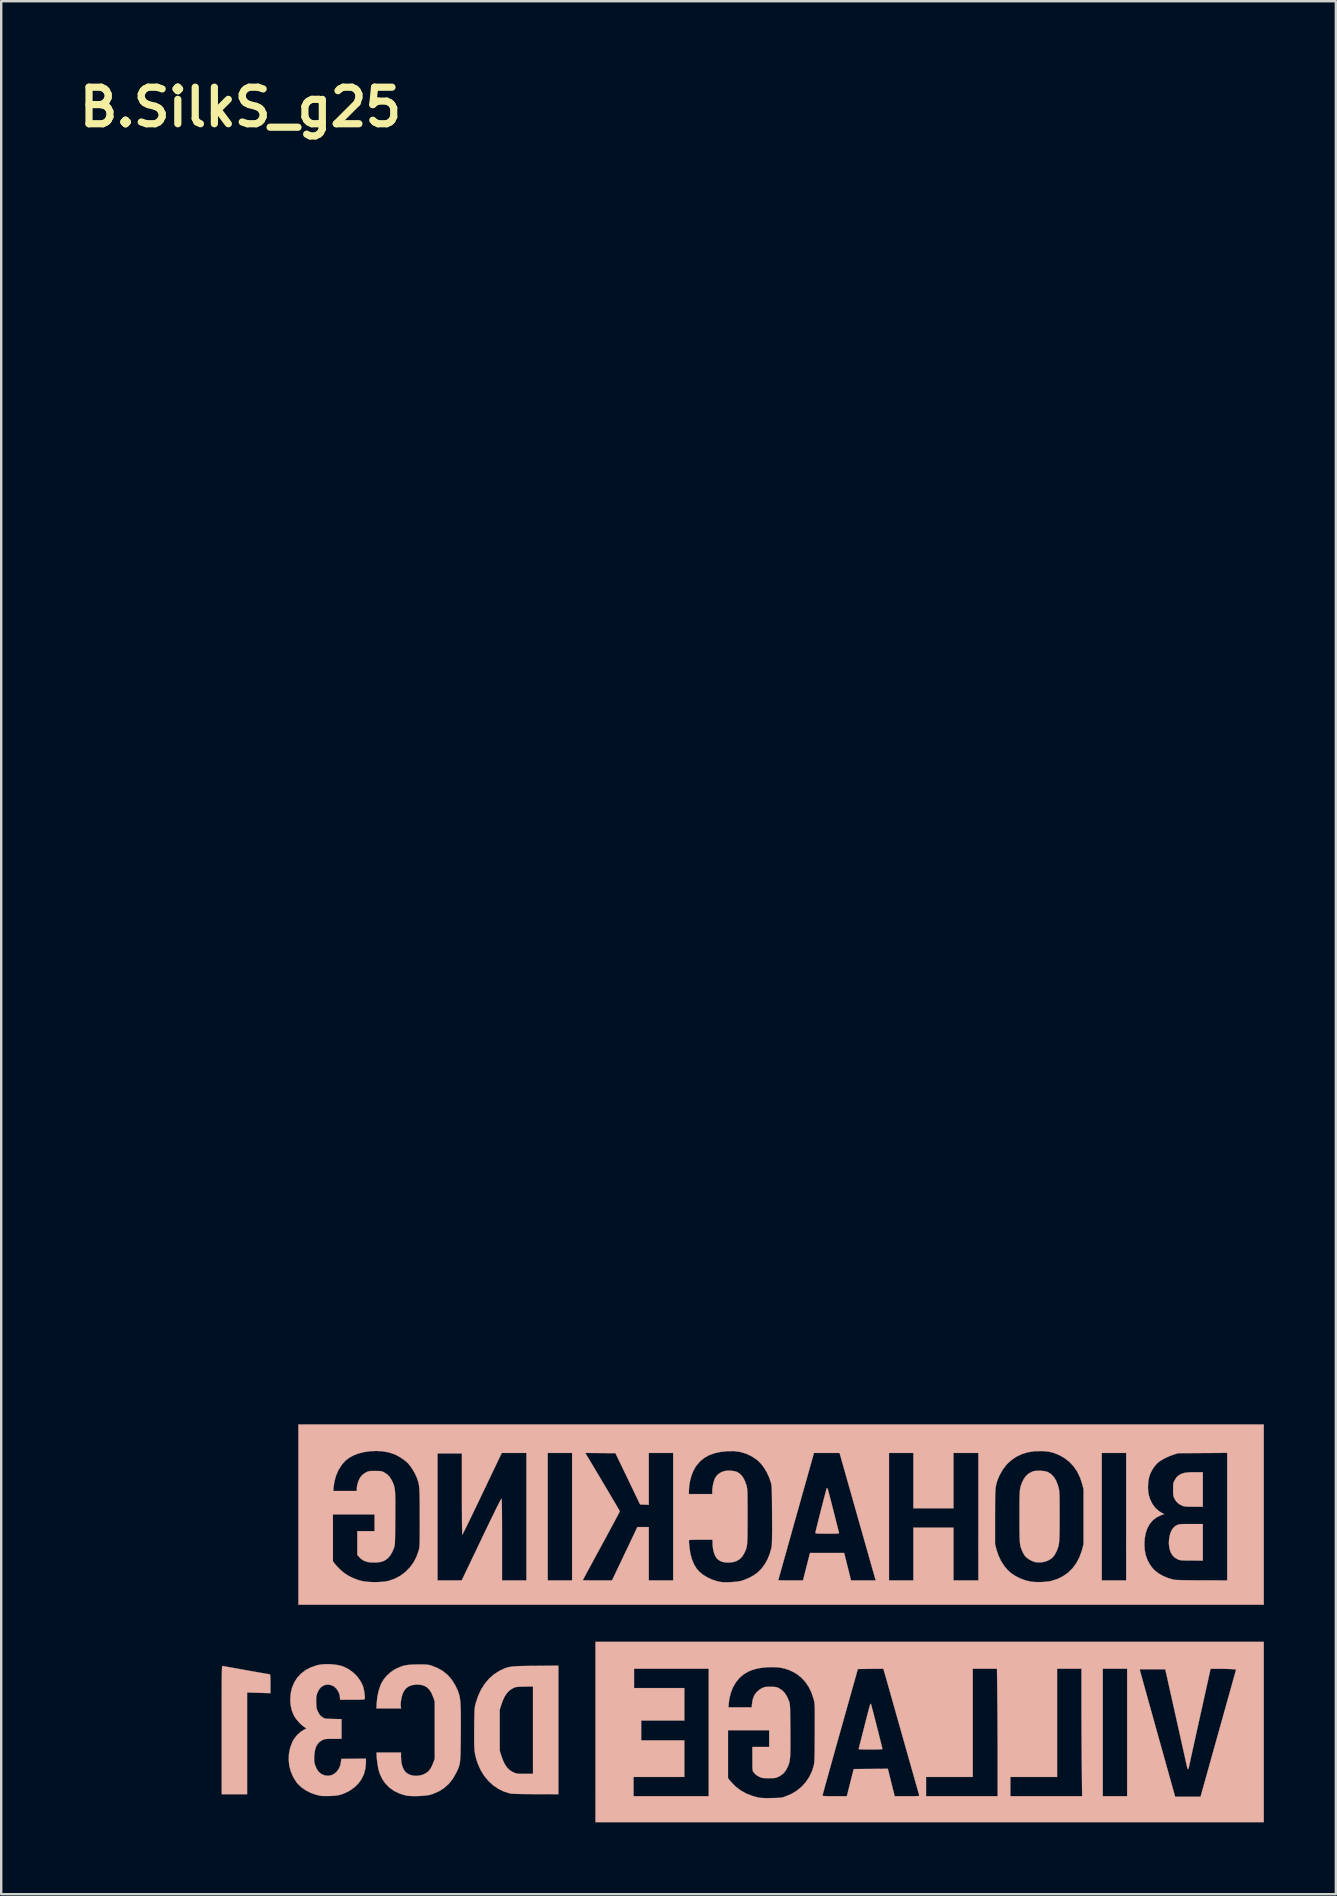
<source format=kicad_pcb>
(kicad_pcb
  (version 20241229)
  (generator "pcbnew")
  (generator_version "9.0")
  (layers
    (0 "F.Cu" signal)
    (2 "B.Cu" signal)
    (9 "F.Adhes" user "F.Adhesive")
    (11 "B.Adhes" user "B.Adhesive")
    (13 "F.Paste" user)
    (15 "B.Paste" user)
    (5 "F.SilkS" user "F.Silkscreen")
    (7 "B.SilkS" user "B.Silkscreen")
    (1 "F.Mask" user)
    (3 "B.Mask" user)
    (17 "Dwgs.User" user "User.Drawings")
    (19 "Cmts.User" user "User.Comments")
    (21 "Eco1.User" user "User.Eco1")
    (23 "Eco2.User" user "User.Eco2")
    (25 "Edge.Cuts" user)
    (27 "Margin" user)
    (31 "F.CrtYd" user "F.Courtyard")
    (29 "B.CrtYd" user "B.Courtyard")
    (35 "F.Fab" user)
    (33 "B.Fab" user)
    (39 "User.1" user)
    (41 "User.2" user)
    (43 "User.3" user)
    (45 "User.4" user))
  (footprint "B.SilkS_g25"
    (layer "F.Cu")
    (at 6.974 1.418)
    (property "Reference" "B.SilkS_g25" (at 0 0 0) (layer "F.SilkS") (effects (font (size 1.524 1.524) (thickness 0.3))))
    (attr through_hole)
    (fp_poly (pts (xy 40.111 60.579) (xy 39.65 60.578) (xy 39.495 60.577) (xy 39.376 60.575) (xy 39.285 60.572) (xy 39.217 60.567) (xy 39.164 60.559) (xy 39.121 60.549) (xy 39.079 60.534) (xy 39.078 60.534) (xy 38.948 60.462) (xy 38.844 60.358) (xy 38.766 60.225) (xy 38.717 60.064) (xy 38.696 59.879) (xy 38.699 59.753) (xy 38.725 59.555) (xy 38.775 59.388) (xy 38.847 59.254) (xy 38.943 59.155) (xy 39.013 59.111) (xy 39.049 59.093) (xy 39.083 59.079) (xy 39.119 59.07) (xy 39.165 59.063) (xy 39.227 59.059) (xy 39.31 59.056) (xy 39.421 59.055) (xy 39.567 59.055) (xy 39.618 59.055) (xy 40.111 59.055) (xy 40.111 60.579)) (stroke (width 0.01) (type solid)) (fill yes) (layer "B.SilkS"))
    (fp_poly (pts (xy 40.111 58.335) (xy 39.735 58.334) (xy 39.593 58.333) (xy 39.485 58.331) (xy 39.405 58.326) (xy 39.344 58.318) (xy 39.294 58.306) (xy 39.254 58.292) (xy 39.114 58.219) (xy 39.006 58.118) (xy 38.932 58.002) (xy 38.907 57.948) (xy 38.89 57.9) (xy 38.88 57.848) (xy 38.875 57.781) (xy 38.873 57.689) (xy 38.873 57.616) (xy 38.873 57.505) (xy 38.875 57.427) (xy 38.882 57.37) (xy 38.894 57.323) (xy 38.914 57.277) (xy 38.945 57.22) (xy 38.948 57.214) (xy 39.001 57.127) (xy 39.054 57.067) (xy 39.122 57.017) (xy 39.136 57.008) (xy 39.209 56.969) (xy 39.283 56.939) (xy 39.368 56.919) (xy 39.469 56.906) (xy 39.597 56.898) (xy 39.757 56.896) (xy 39.784 56.896) (xy 40.111 56.896) (xy 40.111 58.335)) (stroke (width 0.01) (type solid)) (fill yes) (layer "B.SilkS"))
    (fp_poly (pts (xy -0.746 64.969) (xy -0.718 64.975) (xy -0.654 64.987) (xy -0.558 65.005) (xy -0.436 65.027) (xy -0.294 65.053) (xy -0.135 65.081) (xy 0.035 65.112) (xy 0.211 65.143) (xy 0.387 65.175) (xy 0.56 65.205) (xy 0.723 65.234) (xy 0.871 65.26) (xy 1.001 65.283) (xy 1.106 65.301) (xy 1.181 65.313) (xy 1.222 65.32) (xy 1.227 65.32) (xy 1.236 65.341) (xy 1.242 65.402) (xy 1.246 65.502) (xy 1.249 65.639) (xy 1.249 65.713) (xy 1.249 66.105) (xy 0.762 66.09) (xy 0.275 66.076) (xy 0.275 70.316) (xy -0.783 70.316) (xy -0.783 67.637) (xy -0.783 67.244) (xy -0.783 66.892) (xy -0.783 66.578) (xy -0.783 66.3) (xy -0.782 66.056) (xy -0.781 65.843) (xy -0.781 65.66) (xy -0.78 65.504) (xy -0.778 65.373) (xy -0.777 65.264) (xy -0.775 65.177) (xy -0.772 65.109) (xy -0.769 65.056) (xy -0.766 65.019) (xy -0.763 64.993) (xy -0.758 64.978) (xy -0.754 64.97) (xy -0.749 64.968) (xy -0.746 64.969)) (stroke (width 0.01) (type solid)) (fill yes) (layer "B.SilkS"))
    (fp_poly (pts (xy 26.276 66.549) (xy 26.283 66.571) (xy 26.299 66.629) (xy 26.323 66.718) (xy 26.353 66.833) (xy 26.389 66.969) (xy 26.428 67.121) (xy 26.47 67.285) (xy 26.513 67.454) (xy 26.557 67.624) (xy 26.599 67.791) (xy 26.638 67.948) (xy 26.674 68.091) (xy 26.705 68.215) (xy 26.729 68.316) (xy 26.746 68.387) (xy 26.754 68.424) (xy 26.755 68.428) (xy 26.743 68.437) (xy 26.704 68.443) (xy 26.636 68.448) (xy 26.534 68.451) (xy 26.397 68.453) (xy 26.255 68.453) (xy 26.091 68.453) (xy 25.965 68.451) (xy 25.873 68.448) (xy 25.812 68.444) (xy 25.777 68.438) (xy 25.765 68.43) (xy 25.765 68.427) (xy 25.772 68.401) (xy 25.788 68.339) (xy 25.813 68.244) (xy 25.844 68.121) (xy 25.882 67.975) (xy 25.924 67.809) (xy 25.97 67.627) (xy 26.003 67.497) (xy 26.06 67.27) (xy 26.109 67.081) (xy 26.149 66.927) (xy 26.181 66.805) (xy 26.207 66.71) (xy 26.227 66.64) (xy 26.243 66.593) (xy 26.255 66.563) (xy 26.265 66.549) (xy 26.272 66.547) (xy 26.276 66.549)) (stroke (width 0.01) (type solid)) (fill yes) (layer "B.SilkS"))
    (fp_poly (pts (xy 24.459 57.558) (xy 24.466 57.564) (xy 24.474 57.588) (xy 24.492 57.649) (xy 24.518 57.743) (xy 24.55 57.864) (xy 24.588 58.01) (xy 24.631 58.175) (xy 24.677 58.356) (xy 24.71 58.483) (xy 24.758 58.673) (xy 24.802 58.85) (xy 24.843 59.012) (xy 24.879 59.152) (xy 24.908 59.268) (xy 24.93 59.354) (xy 24.944 59.406) (xy 24.947 59.42) (xy 24.948 59.432) (xy 24.94 59.441) (xy 24.918 59.447) (xy 24.877 59.452) (xy 24.813 59.455) (xy 24.719 59.456) (xy 24.593 59.457) (xy 24.46 59.457) (xy 24.301 59.457) (xy 24.179 59.456) (xy 24.09 59.454) (xy 24.029 59.45) (xy 23.99 59.445) (xy 23.969 59.438) (xy 23.961 59.428) (xy 23.961 59.423) (xy 23.966 59.396) (xy 23.98 59.333) (xy 24.002 59.241) (xy 24.032 59.122) (xy 24.066 58.984) (xy 24.105 58.83) (xy 24.146 58.666) (xy 24.189 58.496) (xy 24.233 58.327) (xy 24.275 58.162) (xy 24.315 58.007) (xy 24.352 57.867) (xy 24.384 57.747) (xy 24.409 57.652) (xy 24.428 57.586) (xy 24.437 57.556) (xy 24.438 57.555) (xy 24.459 57.558)) (stroke (width 0.01) (type solid)) (fill yes) (layer "B.SilkS"))
    (fp_poly (pts (xy 33.372 56.835) (xy 33.497 56.848) (xy 33.604 56.871) (xy 33.659 56.892) (xy 33.79 56.976) (xy 33.899 57.089) (xy 33.99 57.235) (xy 34.063 57.416) (xy 34.099 57.54) (xy 34.109 57.58) (xy 34.117 57.622) (xy 34.124 57.667) (xy 34.129 57.721) (xy 34.133 57.788) (xy 34.137 57.871) (xy 34.139 57.975) (xy 34.14 58.105) (xy 34.141 58.263) (xy 34.142 58.455) (xy 34.142 58.684) (xy 34.142 58.731) (xy 34.142 58.986) (xy 34.141 59.203) (xy 34.139 59.386) (xy 34.136 59.539) (xy 34.131 59.666) (xy 34.124 59.772) (xy 34.114 59.861) (xy 34.101 59.937) (xy 34.085 60.004) (xy 34.065 60.066) (xy 34.041 60.128) (xy 34.012 60.194) (xy 33.995 60.23) (xy 33.93 60.351) (xy 33.856 60.443) (xy 33.764 60.518) (xy 33.641 60.584) (xy 33.625 60.592) (xy 33.487 60.636) (xy 33.331 60.656) (xy 33.177 60.65) (xy 33.088 60.632) (xy 32.977 60.59) (xy 32.865 60.528) (xy 32.766 60.456) (xy 32.695 60.384) (xy 32.656 60.324) (xy 32.613 60.245) (xy 32.586 60.189) (xy 32.561 60.131) (xy 32.539 60.076) (xy 32.522 60.021) (xy 32.507 59.962) (xy 32.495 59.895) (xy 32.486 59.815) (xy 32.48 59.719) (xy 32.475 59.602) (xy 32.472 59.461) (xy 32.47 59.292) (xy 32.469 59.089) (xy 32.468 58.851) (xy 32.468 58.741) (xy 32.468 58.491) (xy 32.469 58.279) (xy 32.47 58.101) (xy 32.472 57.954) (xy 32.476 57.832) (xy 32.481 57.732) (xy 32.488 57.649) (xy 32.497 57.581) (xy 32.509 57.522) (xy 32.523 57.468) (xy 32.541 57.415) (xy 32.562 57.36) (xy 32.569 57.341) (xy 32.651 57.172) (xy 32.75 57.039) (xy 32.868 56.939) (xy 33.01 56.868) (xy 33.031 56.861) (xy 33.125 56.841) (xy 33.244 56.832) (xy 33.372 56.835)) (stroke (width 0.01) (type solid)) (fill yes) (layer "B.SilkS"))
    (fp_poly (pts (xy 13.25 70.316) (xy 12.303 70.313) (xy 12.038 70.312) (xy 11.814 70.31) (xy 11.629 70.307) (xy 11.48 70.303) (xy 11.367 70.298) (xy 11.286 70.292) (xy 11.239 70.285) (xy 10.984 70.208) (xy 10.746 70.092) (xy 10.526 69.942) (xy 10.329 69.759) (xy 10.155 69.547) (xy 10.008 69.306) (xy 9.89 69.041) (xy 9.835 68.874) (xy 9.81 68.785) (xy 9.789 68.7) (xy 9.773 68.616) (xy 9.76 68.526) (xy 9.751 68.426) (xy 9.744 68.311) (xy 9.741 68.176) (xy 9.739 68.014) (xy 9.739 67.822) (xy 9.741 67.594) (xy 9.742 67.542) (xy 9.744 67.334) (xy 9.746 67.164) (xy 9.749 67.026) (xy 9.751 66.916) (xy 9.755 66.827) (xy 9.758 66.791) (xy 10.806 66.791) (xy 10.806 68.506) (xy 10.864 68.692) (xy 10.937 68.897) (xy 11.016 69.064) (xy 11.105 69.197) (xy 11.207 69.302) (xy 11.326 69.381) (xy 11.405 69.418) (xy 11.455 69.438) (xy 11.503 69.451) (xy 11.559 69.46) (xy 11.63 69.465) (xy 11.726 69.468) (xy 11.855 69.468) (xy 11.859 69.468) (xy 12.192 69.469) (xy 12.192 65.826) (xy 11.837 65.832) (xy 11.705 65.835) (xy 11.606 65.839) (xy 11.534 65.844) (xy 11.479 65.853) (xy 11.434 65.865) (xy 11.39 65.883) (xy 11.367 65.894) (xy 11.237 65.973) (xy 11.123 66.082) (xy 11.024 66.224) (xy 10.937 66.402) (xy 10.864 66.605) (xy 10.806 66.791) (xy 9.758 66.791) (xy 9.76 66.757) (xy 9.767 66.699) (xy 9.775 66.648) (xy 9.785 66.6) (xy 9.798 66.55) (xy 9.805 66.523) (xy 9.904 66.223) (xy 10.03 65.952) (xy 10.183 65.71) (xy 10.361 65.499) (xy 10.563 65.321) (xy 10.788 65.178) (xy 10.848 65.148) (xy 10.929 65.11) (xy 11.002 65.077) (xy 11.071 65.051) (xy 11.142 65.029) (xy 11.217 65.012) (xy 11.303 64.998) (xy 11.404 64.988) (xy 11.524 64.98) (xy 11.668 64.975) (xy 11.84 64.971) (xy 12.045 64.968) (xy 12.287 64.966) (xy 12.303 64.966) (xy 13.25 64.957) (xy 13.25 70.316)) (stroke (width 0.01) (type solid)) (fill yes) (layer "B.SilkS"))
    (fp_poly (pts (xy 7.653 64.91) (xy 7.737 64.914) (xy 7.804 64.92) (xy 7.861 64.93) (xy 7.918 64.945) (xy 7.959 64.957) (xy 8.212 65.056) (xy 8.436 65.184) (xy 8.631 65.342) (xy 8.798 65.532) (xy 8.94 65.755) (xy 8.971 65.817) (xy 9.014 65.905) (xy 9.051 65.988) (xy 9.082 66.067) (xy 9.108 66.148) (xy 9.13 66.234) (xy 9.147 66.33) (xy 9.16 66.438) (xy 9.17 66.562) (xy 9.177 66.708) (xy 9.181 66.878) (xy 9.183 67.076) (xy 9.184 67.307) (xy 9.183 67.573) (xy 9.182 67.754) (xy 9.18 68.021) (xy 9.178 68.249) (xy 9.175 68.442) (xy 9.172 68.606) (xy 9.166 68.743) (xy 9.159 68.858) (xy 9.15 68.955) (xy 9.137 69.037) (xy 9.121 69.11) (xy 9.101 69.177) (xy 9.077 69.241) (xy 9.048 69.307) (xy 9.013 69.38) (xy 8.985 69.437) (xy 8.848 69.675) (xy 8.685 69.88) (xy 8.496 70.051) (xy 8.279 70.191) (xy 8.033 70.3) (xy 7.914 70.338) (xy 7.817 70.359) (xy 7.688 70.375) (xy 7.538 70.387) (xy 7.38 70.394) (xy 7.223 70.395) (xy 7.078 70.391) (xy 6.956 70.381) (xy 6.889 70.369) (xy 6.635 70.292) (xy 6.409 70.184) (xy 6.212 70.046) (xy 6.046 69.88) (xy 5.91 69.685) (xy 5.807 69.464) (xy 5.758 69.308) (xy 5.733 69.191) (xy 5.71 69.05) (xy 5.69 68.902) (xy 5.677 68.763) (xy 5.673 68.659) (xy 5.673 68.58) (xy 6.689 68.58) (xy 6.689 68.762) (xy 6.701 68.961) (xy 6.739 69.135) (xy 6.799 69.28) (xy 6.881 69.394) (xy 6.916 69.425) (xy 7.032 69.496) (xy 7.17 69.538) (xy 7.321 69.552) (xy 7.474 69.537) (xy 7.621 69.495) (xy 7.753 69.425) (xy 7.796 69.392) (xy 7.867 69.322) (xy 7.929 69.235) (xy 7.987 69.121) (xy 8.03 69.017) (xy 8.096 68.845) (xy 8.096 66.453) (xy 8.037 66.28) (xy 7.962 66.101) (xy 7.873 65.961) (xy 7.767 65.857) (xy 7.641 65.789) (xy 7.492 65.753) (xy 7.319 65.748) (xy 7.317 65.748) (xy 7.148 65.772) (xy 7.009 65.824) (xy 6.897 65.908) (xy 6.81 66.023) (xy 6.765 66.115) (xy 6.73 66.22) (xy 6.702 66.343) (xy 6.684 66.467) (xy 6.676 66.579) (xy 6.681 66.655) (xy 6.694 66.739) (xy 5.666 66.739) (xy 5.679 66.5) (xy 5.706 66.25) (xy 5.758 66.007) (xy 5.833 65.782) (xy 5.877 65.683) (xy 5.977 65.519) (xy 6.11 65.363) (xy 6.265 65.225) (xy 6.432 65.114) (xy 6.477 65.091) (xy 6.605 65.031) (xy 6.722 64.986) (xy 6.836 64.953) (xy 6.958 64.931) (xy 7.097 64.918) (xy 7.261 64.911) (xy 7.398 64.909) (xy 7.542 64.909) (xy 7.653 64.91)) (stroke (width 0.01) (type solid)) (fill yes) (layer "B.SilkS"))
    (fp_poly (pts (xy 3.737 64.899) (xy 3.912 64.912) (xy 4.071 64.936) (xy 4.202 64.969) (xy 4.34 65.021) (xy 4.459 65.079) (xy 4.573 65.151) (xy 4.7 65.247) (xy 4.702 65.249) (xy 4.825 65.365) (xy 4.94 65.508) (xy 5.037 65.663) (xy 5.099 65.797) (xy 5.122 65.87) (xy 5.143 65.963) (xy 5.161 66.065) (xy 5.175 66.166) (xy 5.183 66.254) (xy 5.184 66.319) (xy 5.18 66.343) (xy 5.172 66.354) (xy 5.155 66.363) (xy 5.124 66.369) (xy 5.073 66.374) (xy 4.998 66.376) (xy 4.894 66.378) (xy 4.755 66.379) (xy 4.657 66.379) (xy 4.149 66.379) (xy 4.149 66.308) (xy 4.13 66.172) (xy 4.079 66.04) (xy 4.002 65.924) (xy 3.904 65.832) (xy 3.849 65.799) (xy 3.717 65.753) (xy 3.589 65.748) (xy 3.469 65.782) (xy 3.362 65.851) (xy 3.273 65.954) (xy 3.205 66.088) (xy 3.197 66.112) (xy 3.176 66.183) (xy 3.162 66.248) (xy 3.156 66.32) (xy 3.155 66.412) (xy 3.157 66.502) (xy 3.161 66.611) (xy 3.168 66.69) (xy 3.178 66.75) (xy 3.196 66.804) (xy 3.223 66.865) (xy 3.239 66.897) (xy 3.286 66.982) (xy 3.33 67.041) (xy 3.384 67.087) (xy 3.417 67.108) (xy 3.456 67.132) (xy 3.492 67.149) (xy 3.531 67.161) (xy 3.581 67.169) (xy 3.65 67.174) (xy 3.746 67.177) (xy 3.866 67.18) (xy 4.212 67.187) (xy 4.212 68.008) (xy 3.868 68.009) (xy 3.737 68.009) (xy 3.641 68.011) (xy 3.57 68.016) (xy 3.517 68.023) (xy 3.473 68.035) (xy 3.431 68.052) (xy 3.418 68.058) (xy 3.3 68.131) (xy 3.208 68.23) (xy 3.141 68.356) (xy 3.098 68.514) (xy 3.076 68.706) (xy 3.074 68.739) (xy 3.071 68.852) (xy 3.073 68.936) (xy 3.082 69.004) (xy 3.099 69.07) (xy 3.11 69.105) (xy 3.177 69.263) (xy 3.26 69.383) (xy 3.363 69.47) (xy 3.489 69.526) (xy 3.513 69.533) (xy 3.65 69.549) (xy 3.781 69.526) (xy 3.902 69.469) (xy 4.007 69.38) (xy 4.093 69.265) (xy 4.155 69.126) (xy 4.187 68.975) (xy 4.202 68.845) (xy 4.715 68.839) (xy 5.228 68.833) (xy 5.228 69.008) (xy 5.207 69.246) (xy 5.148 69.469) (xy 5.051 69.676) (xy 4.919 69.862) (xy 4.752 70.027) (xy 4.553 70.167) (xy 4.434 70.231) (xy 4.306 70.289) (xy 4.19 70.331) (xy 4.075 70.36) (xy 3.948 70.378) (xy 3.797 70.387) (xy 3.715 70.39) (xy 3.601 70.391) (xy 3.498 70.392) (xy 3.415 70.39) (xy 3.362 70.387) (xy 3.355 70.386) (xy 3.133 70.335) (xy 2.917 70.256) (xy 2.716 70.152) (xy 2.538 70.028) (xy 2.39 69.888) (xy 2.34 69.827) (xy 2.201 69.61) (xy 2.1 69.376) (xy 2.035 69.132) (xy 2.009 68.881) (xy 2.02 68.629) (xy 2.071 68.38) (xy 2.161 68.141) (xy 2.172 68.116) (xy 2.26 67.973) (xy 2.374 67.837) (xy 2.504 67.72) (xy 2.631 67.637) (xy 2.748 67.576) (xy 2.649 67.509) (xy 2.546 67.428) (xy 2.438 67.321) (xy 2.336 67.202) (xy 2.254 67.086) (xy 2.227 67.041) (xy 2.142 66.836) (xy 2.09 66.608) (xy 2.074 66.374) (xy 2.093 66.114) (xy 2.149 65.874) (xy 2.241 65.655) (xy 2.366 65.459) (xy 2.524 65.289) (xy 2.713 65.145) (xy 2.931 65.03) (xy 3.177 64.946) (xy 3.251 64.928) (xy 3.394 64.906) (xy 3.56 64.896) (xy 3.737 64.899)) (stroke (width 0.01) (type solid)) (fill yes) (layer "B.SilkS"))
    (fp_poly (pts (xy 42.651 71.48) (xy 14.796 71.48) (xy 14.796 69.596) (xy 16.383 69.596) (xy 16.383 70.4) (xy 19.516 70.4) (xy 19.516 67.649) (xy 20.32 67.649) (xy 20.32 69.65) (xy 20.434 69.787) (xy 20.63 69.991) (xy 20.851 70.16) (xy 21.099 70.297) (xy 21.372 70.399) (xy 21.548 70.445) (xy 21.623 70.46) (xy 21.698 70.47) (xy 21.783 70.476) (xy 21.886 70.479) (xy 22.016 70.479) (xy 22.13 70.477) (xy 22.277 70.474) (xy 22.391 70.47) (xy 22.478 70.464) (xy 22.547 70.456) (xy 22.607 70.444) (xy 22.665 70.427) (xy 22.68 70.422) (xy 22.8 70.374) (xy 24.257 70.374) (xy 24.267 70.383) (xy 24.298 70.389) (xy 24.354 70.394) (xy 24.44 70.398) (xy 24.56 70.4) (xy 24.717 70.4) (xy 24.765 70.4) (xy 25.272 70.4) (xy 25.284 70.353) (xy 25.293 70.32) (xy 25.31 70.252) (xy 25.334 70.155) (xy 25.364 70.036) (xy 25.399 69.9) (xy 25.427 69.787) (xy 25.559 69.268) (xy 26.27 69.262) (xy 26.982 69.257) (xy 27.125 69.829) (xy 27.268 70.4) (xy 27.786 70.4) (xy 27.952 70.4) (xy 28.08 70.399) (xy 28.174 70.396) (xy 28.238 70.392) (xy 28.276 70.387) (xy 28.293 70.379) (xy 28.294 70.373) (xy 28.287 70.349) (xy 28.269 70.288) (xy 28.241 70.19) (xy 28.204 70.06) (xy 28.158 69.898) (xy 28.104 69.709) (xy 28.072 69.596) (xy 28.575 69.596) (xy 28.575 70.4) (xy 31.559 70.4) (xy 31.559 69.596) (xy 32.089 69.596) (xy 32.089 70.4) (xy 35.08 70.4) (xy 35.066 69.083) (xy 35.063 68.797) (xy 35.061 68.479) (xy 35.058 68.14) (xy 35.056 67.789) (xy 35.055 67.436) (xy 35.053 67.092) (xy 35.052 66.768) (xy 35.052 66.472) (xy 35.052 66.426) (xy 35.052 65.088) (xy 35.941 65.088) (xy 35.941 70.4) (xy 36.957 70.4) (xy 36.957 65.109) (xy 37.481 65.109) (xy 37.49 65.157) (xy 37.497 65.183) (xy 37.515 65.247) (xy 37.542 65.347) (xy 37.579 65.48) (xy 37.624 65.645) (xy 37.678 65.838) (xy 37.739 66.056) (xy 37.806 66.298) (xy 37.879 66.562) (xy 37.958 66.843) (xy 38.041 67.141) (xy 38.128 67.452) (xy 38.218 67.775) (xy 38.228 67.813) (xy 38.957 70.421) (xy 39.487 70.421) (xy 40.016 70.421) (xy 41.498 65.119) (xy 41.371 65.106) (xy 41.308 65.101) (xy 41.213 65.097) (xy 41.094 65.094) (xy 40.962 65.091) (xy 40.839 65.09) (xy 40.435 65.088) (xy 39.998 67.061) (xy 39.934 67.346) (xy 39.874 67.621) (xy 39.816 67.884) (xy 39.761 68.13) (xy 39.711 68.357) (xy 39.666 68.562) (xy 39.626 68.743) (xy 39.593 68.894) (xy 39.567 69.015) (xy 39.548 69.101) (xy 39.538 69.15) (xy 39.536 69.157) (xy 39.517 69.234) (xy 39.498 69.272) (xy 39.48 69.27) (xy 39.465 69.231) (xy 39.459 69.204) (xy 39.445 69.138) (xy 39.422 69.037) (xy 39.392 68.904) (xy 39.356 68.74) (xy 39.313 68.55) (xy 39.266 68.336) (xy 39.213 68.102) (xy 39.157 67.849) (xy 39.097 67.581) (xy 39.034 67.3) (xy 39.011 67.194) (xy 38.947 66.909) (xy 38.886 66.637) (xy 38.829 66.378) (xy 38.775 66.136) (xy 38.725 65.914) (xy 38.68 65.714) (xy 38.642 65.541) (xy 38.609 65.396) (xy 38.584 65.282) (xy 38.566 65.203) (xy 38.557 65.162) (xy 38.555 65.156) (xy 38.544 65.109) (xy 37.481 65.109) (xy 36.957 65.109) (xy 36.957 65.088) (xy 35.941 65.088) (xy 35.052 65.088) (xy 34.036 65.088) (xy 34.036 69.596) (xy 32.089 69.596) (xy 31.559 69.596) (xy 31.559 68.935) (xy 31.559 68.644) (xy 31.559 68.332) (xy 31.557 68.006) (xy 31.556 67.674) (xy 31.554 67.345) (xy 31.552 67.027) (xy 31.55 66.729) (xy 31.547 66.459) (xy 31.545 66.278) (xy 31.531 65.088) (xy 30.522 65.088) (xy 30.522 69.596) (xy 28.575 69.596) (xy 28.072 69.596) (xy 28.043 69.493) (xy 27.976 69.255) (xy 27.902 68.995) (xy 27.824 68.718) (xy 27.741 68.425) (xy 27.654 68.119) (xy 27.581 67.859) (xy 27.491 67.542) (xy 27.404 67.233) (xy 27.32 66.937) (xy 27.241 66.656) (xy 27.166 66.392) (xy 27.097 66.148) (xy 27.035 65.926) (xy 26.979 65.731) (xy 26.932 65.563) (xy 26.893 65.426) (xy 26.863 65.323) (xy 26.844 65.255) (xy 26.837 65.23) (xy 26.795 65.087) (xy 26.264 65.092) (xy 25.732 65.098) (xy 24.995 67.723) (xy 24.904 68.047) (xy 24.816 68.36) (xy 24.732 68.659) (xy 24.653 68.943) (xy 24.579 69.208) (xy 24.511 69.452) (xy 24.45 69.673) (xy 24.395 69.868) (xy 24.349 70.035) (xy 24.312 70.171) (xy 24.283 70.275) (xy 24.265 70.343) (xy 24.258 70.373) (xy 24.257 70.374) (xy 22.8 70.374) (xy 22.939 70.317) (xy 23.174 70.179) (xy 23.383 70.01) (xy 23.562 69.814) (xy 23.71 69.592) (xy 23.825 69.348) (xy 23.89 69.135) (xy 23.899 69.1) (xy 23.906 69.064) (xy 23.912 69.023) (xy 23.917 68.974) (xy 23.921 68.914) (xy 23.924 68.839) (xy 23.927 68.747) (xy 23.93 68.634) (xy 23.932 68.496) (xy 23.933 68.331) (xy 23.935 68.135) (xy 23.936 67.905) (xy 23.937 67.637) (xy 23.937 67.49) (xy 23.938 67.267) (xy 23.939 67.082) (xy 23.938 66.93) (xy 23.938 66.807) (xy 23.936 66.708) (xy 23.933 66.629) (xy 23.928 66.566) (xy 23.923 66.513) (xy 23.915 66.466) (xy 23.906 66.422) (xy 23.894 66.374) (xy 23.889 66.355) (xy 23.803 66.088) (xy 23.685 65.846) (xy 23.539 65.632) (xy 23.366 65.447) (xy 23.168 65.295) (xy 23.053 65.228) (xy 22.863 65.14) (xy 22.673 65.077) (xy 22.474 65.037) (xy 22.256 65.02) (xy 22.011 65.023) (xy 21.947 65.026) (xy 21.715 65.048) (xy 21.513 65.085) (xy 21.329 65.139) (xy 21.156 65.211) (xy 20.963 65.327) (xy 20.792 65.476) (xy 20.646 65.656) (xy 20.527 65.863) (xy 20.436 66.094) (xy 20.375 66.347) (xy 20.353 66.522) (xy 20.338 66.696) (xy 21.309 66.696) (xy 21.32 66.553) (xy 21.352 66.363) (xy 21.415 66.198) (xy 21.51 66.062) (xy 21.635 65.954) (xy 21.705 65.913) (xy 21.771 65.88) (xy 21.824 65.859) (xy 21.876 65.847) (xy 21.94 65.841) (xy 22.028 65.839) (xy 22.085 65.839) (xy 22.198 65.84) (xy 22.279 65.846) (xy 22.34 65.856) (xy 22.394 65.874) (xy 22.419 65.885) (xy 22.563 65.974) (xy 22.686 66.099) (xy 22.789 66.261) (xy 22.871 66.459) (xy 22.873 66.463) (xy 22.881 66.493) (xy 22.889 66.527) (xy 22.895 66.57) (xy 22.9 66.625) (xy 22.904 66.695) (xy 22.908 66.786) (xy 22.911 66.9) (xy 22.913 67.041) (xy 22.915 67.214) (xy 22.917 67.422) (xy 22.919 67.638) (xy 22.921 67.903) (xy 22.921 68.13) (xy 22.921 68.322) (xy 22.919 68.484) (xy 22.916 68.619) (xy 22.91 68.732) (xy 22.902 68.826) (xy 22.892 68.905) (xy 22.878 68.974) (xy 22.862 69.036) (xy 22.842 69.094) (xy 22.819 69.154) (xy 22.814 69.166) (xy 22.732 69.325) (xy 22.63 69.45) (xy 22.501 69.547) (xy 22.441 69.579) (xy 22.382 69.608) (xy 22.332 69.627) (xy 22.283 69.639) (xy 22.224 69.646) (xy 22.143 69.648) (xy 22.031 69.649) (xy 22.024 69.649) (xy 21.905 69.648) (xy 21.819 69.644) (xy 21.755 69.637) (xy 21.705 69.625) (xy 21.657 69.606) (xy 21.647 69.602) (xy 21.529 69.538) (xy 21.44 69.465) (xy 21.386 69.401) (xy 21.37 69.378) (xy 21.358 69.355) (xy 21.349 69.325) (xy 21.343 69.283) (xy 21.339 69.222) (xy 21.337 69.138) (xy 21.336 69.024) (xy 21.336 68.874) (xy 21.336 68.84) (xy 21.336 68.347) (xy 22.035 68.347) (xy 22.035 67.649) (xy 20.32 67.649) (xy 19.516 67.649) (xy 19.516 65.088) (xy 16.404 65.088) (xy 16.404 65.892) (xy 18.5 65.892) (xy 18.5 67.246) (xy 16.701 67.246) (xy 16.701 68.072) (xy 18.5 68.072) (xy 18.5 69.596) (xy 16.383 69.596) (xy 14.796 69.596) (xy 14.796 63.966) (xy 42.651 63.966) (xy 42.651 71.48)) (stroke (width 0.01) (type solid)) (fill yes) (layer "B.SilkS"))
    (fp_poly (pts (xy 42.651 62.42) (xy 2.413 62.42) (xy 2.413 58.653) (xy 3.852 58.653) (xy 3.852 60.605) (xy 3.925 60.703) (xy 3.995 60.788) (xy 4.088 60.886) (xy 4.19 60.984) (xy 4.289 61.07) (xy 4.329 61.101) (xy 4.493 61.207) (xy 4.685 61.303) (xy 4.89 61.381) (xy 5.056 61.429) (xy 5.203 61.454) (xy 5.376 61.47) (xy 5.564 61.477) (xy 5.755 61.474) (xy 5.936 61.462) (xy 6.095 61.44) (xy 6.177 61.423) (xy 6.426 61.336) (xy 6.658 61.214) (xy 6.867 61.058) (xy 7.052 60.873) (xy 7.208 60.661) (xy 7.333 60.426) (xy 7.423 60.171) (xy 7.43 60.145) (xy 7.44 60.107) (xy 7.447 60.069) (xy 7.454 60.028) (xy 7.459 59.98) (xy 7.464 59.92) (xy 7.467 59.846) (xy 7.469 59.753) (xy 7.471 59.638) (xy 7.472 59.497) (xy 7.472 59.326) (xy 7.473 59.121) (xy 7.472 58.88) (xy 7.472 58.781) (xy 7.472 58.509) (xy 7.471 58.274) (xy 7.469 58.075) (xy 7.467 57.906) (xy 7.463 57.764) (xy 7.458 57.645) (xy 7.451 57.545) (xy 7.442 57.46) (xy 7.43 57.387) (xy 7.415 57.321) (xy 7.398 57.259) (xy 7.377 57.197) (xy 7.352 57.131) (xy 7.342 57.103) (xy 7.273 56.953) (xy 7.182 56.794) (xy 7.079 56.643) (xy 6.982 56.524) (xy 6.89 56.44) (xy 6.771 56.349) (xy 6.637 56.262) (xy 6.5 56.186) (xy 6.39 56.136) (xy 6.316 56.113) (xy 8.213 56.113) (xy 8.213 61.404) (xy 9.221 61.404) (xy 10.035 59.701) (xy 10.155 59.449) (xy 10.271 59.209) (xy 10.38 58.982) (xy 10.482 58.772) (xy 10.575 58.582) (xy 10.658 58.413) (xy 10.73 58.269) (xy 10.789 58.153) (xy 10.833 58.067) (xy 10.862 58.014) (xy 10.874 57.997) (xy 10.879 58.005) (xy 10.884 58.03) (xy 10.887 58.075) (xy 10.891 58.142) (xy 10.893 58.233) (xy 10.896 58.351) (xy 10.897 58.498) (xy 10.899 58.676) (xy 10.9 58.887) (xy 10.9 59.134) (xy 10.901 59.42) (xy 10.901 59.701) (xy 10.901 61.404) (xy 11.917 61.404) (xy 11.917 56.092) (xy 12.806 56.092) (xy 12.806 61.404) (xy 13.822 61.404) (xy 13.822 61.397) (xy 14.266 61.397) (xy 14.287 61.399) (xy 14.344 61.401) (xy 14.433 61.402) (xy 14.549 61.403) (xy 14.686 61.404) (xy 14.838 61.404) (xy 14.876 61.404) (xy 15.486 61.404) (xy 16.014 60.293) (xy 16.542 59.182) (xy 17.018 59.182) (xy 17.018 61.404) (xy 18.034 61.404) (xy 18.034 57.661) (xy 18.69 57.661) (xy 18.69 57.806) (xy 19.664 57.806) (xy 19.664 57.678) (xy 19.672 57.556) (xy 19.695 57.417) (xy 19.729 57.279) (xy 19.768 57.164) (xy 19.769 57.161) (xy 19.84 57.048) (xy 19.942 56.953) (xy 20.069 56.881) (xy 20.211 56.839) (xy 20.23 56.836) (xy 20.336 56.829) (xy 20.456 56.834) (xy 20.572 56.85) (xy 20.67 56.874) (xy 20.714 56.892) (xy 20.834 56.976) (xy 20.935 57.094) (xy 21.02 57.249) (xy 21.09 57.441) (xy 21.097 57.468) (xy 21.105 57.501) (xy 21.112 57.538) (xy 21.118 57.583) (xy 21.123 57.639) (xy 21.127 57.71) (xy 21.13 57.799) (xy 21.132 57.911) (xy 21.133 58.049) (xy 21.134 58.217) (xy 21.135 58.418) (xy 21.135 58.658) (xy 21.135 58.737) (xy 21.135 58.997) (xy 21.134 59.219) (xy 21.133 59.406) (xy 21.131 59.562) (xy 21.128 59.692) (xy 21.123 59.798) (xy 21.116 59.886) (xy 21.107 59.959) (xy 21.095 60.021) (xy 21.081 60.076) (xy 21.063 60.128) (xy 21.041 60.18) (xy 21.016 60.237) (xy 21.009 60.251) (xy 20.921 60.401) (xy 20.81 60.517) (xy 20.674 60.599) (xy 20.512 60.648) (xy 20.324 60.663) (xy 20.164 60.652) (xy 20.032 60.614) (xy 19.921 60.549) (xy 19.859 60.493) (xy 19.799 60.408) (xy 19.747 60.29) (xy 19.708 60.151) (xy 19.684 59.999) (xy 19.678 59.896) (xy 19.674 59.711) (xy 19.182 59.711) (xy 19.025 59.711) (xy 18.906 59.712) (xy 18.818 59.714) (xy 18.758 59.717) (xy 18.72 59.723) (xy 18.7 59.73) (xy 18.691 59.74) (xy 18.69 59.748) (xy 18.692 59.784) (xy 18.697 59.851) (xy 18.705 59.939) (xy 18.711 60.009) (xy 18.751 60.283) (xy 18.816 60.526) (xy 18.907 60.741) (xy 19.019 60.923) (xy 19.135 61.051) (xy 19.284 61.172) (xy 19.46 61.279) (xy 19.652 61.368) (xy 19.854 61.436) (xy 20.013 61.47) (xy 20.117 61.48) (xy 20.249 61.483) (xy 20.398 61.479) (xy 20.551 61.47) (xy 20.693 61.456) (xy 20.814 61.437) (xy 20.86 61.427) (xy 20.956 61.396) (xy 22.416 61.396) (xy 22.436 61.398) (xy 22.493 61.4) (xy 22.58 61.402) (xy 22.693 61.404) (xy 22.825 61.404) (xy 22.931 61.404) (xy 23.446 61.404) (xy 23.591 60.833) (xy 23.737 60.261) (xy 25.162 60.261) (xy 25.305 60.833) (xy 25.447 61.404) (xy 26.477 61.404) (xy 26.451 61.315) (xy 26.441 61.283) (xy 26.422 61.214) (xy 26.392 61.108) (xy 26.352 60.97) (xy 26.304 60.801) (xy 26.248 60.604) (xy 26.185 60.382) (xy 26.116 60.137) (xy 26.04 59.871) (xy 25.96 59.588) (xy 25.875 59.289) (xy 25.787 58.977) (xy 25.696 58.658) (xy 24.969 56.092) (xy 27.03 56.092) (xy 27.03 61.404) (xy 28.046 61.404) (xy 28.046 59.203) (xy 29.718 59.203) (xy 29.718 61.404) (xy 30.755 61.404) (xy 30.755 58.769) (xy 31.451 58.769) (xy 31.451 59.891) (xy 31.503 60.095) (xy 31.587 60.354) (xy 31.699 60.593) (xy 31.835 60.807) (xy 31.993 60.99) (xy 32.11 61.093) (xy 32.297 61.219) (xy 32.508 61.325) (xy 32.728 61.406) (xy 32.945 61.456) (xy 33.016 61.465) (xy 33.185 61.475) (xy 33.368 61.474) (xy 33.55 61.463) (xy 33.714 61.442) (xy 33.797 61.425) (xy 34.054 61.344) (xy 34.288 61.228) (xy 34.498 61.079) (xy 34.682 60.897) (xy 34.839 60.684) (xy 34.967 60.443) (xy 35.065 60.173) (xy 35.087 60.095) (xy 35.139 59.891) (xy 35.139 57.605) (xy 35.085 57.395) (xy 34.995 57.119) (xy 34.874 56.87) (xy 34.723 56.65) (xy 34.543 56.459) (xy 34.335 56.299) (xy 34.131 56.186) (xy 33.979 56.12) (xy 33.895 56.092) (xy 35.899 56.092) (xy 35.899 61.404) (xy 36.915 61.404) (xy 36.915 59.891) (xy 37.677 59.891) (xy 37.69 60.137) (xy 37.732 60.356) (xy 37.805 60.558) (xy 37.911 60.75) (xy 38.004 60.879) (xy 38.126 61.006) (xy 38.282 61.122) (xy 38.464 61.224) (xy 38.664 61.307) (xy 38.874 61.368) (xy 38.936 61.38) (xy 38.978 61.384) (xy 39.058 61.388) (xy 39.171 61.391) (xy 39.312 61.395) (xy 39.478 61.397) (xy 39.662 61.4) (xy 39.862 61.401) (xy 40.071 61.402) (xy 40.084 61.402) (xy 41.127 61.404) (xy 41.127 56.089) (xy 40.106 56.096) (xy 39.084 56.103) (xy 38.895 56.162) (xy 38.74 56.218) (xy 38.583 56.287) (xy 38.436 56.364) (xy 38.31 56.443) (xy 38.23 56.506) (xy 38.117 56.628) (xy 38.013 56.778) (xy 37.928 56.942) (xy 37.894 57.027) (xy 37.856 57.173) (xy 37.833 57.343) (xy 37.825 57.524) (xy 37.834 57.699) (xy 37.856 57.836) (xy 37.918 58.036) (xy 38.01 58.218) (xy 38.129 58.377) (xy 38.268 58.507) (xy 38.387 58.582) (xy 38.5 58.641) (xy 38.373 58.687) (xy 38.189 58.775) (xy 38.032 58.894) (xy 37.903 59.045) (xy 37.802 59.225) (xy 37.73 59.433) (xy 37.688 59.668) (xy 37.677 59.891) (xy 36.915 59.891) (xy 36.915 56.092) (xy 35.899 56.092) (xy 33.895 56.092) (xy 33.838 56.073) (xy 33.694 56.041) (xy 33.533 56.022) (xy 33.401 56.014) (xy 33.104 56.019) (xy 32.826 56.062) (xy 32.568 56.14) (xy 32.331 56.254) (xy 32.117 56.402) (xy 31.928 56.582) (xy 31.766 56.795) (xy 31.631 57.039) (xy 31.583 57.15) (xy 31.556 57.221) (xy 31.533 57.286) (xy 31.513 57.351) (xy 31.497 57.418) (xy 31.484 57.491) (xy 31.473 57.576) (xy 31.465 57.675) (xy 31.46 57.793) (xy 31.456 57.933) (xy 31.453 58.101) (xy 31.452 58.299) (xy 31.451 58.532) (xy 31.451 58.769) (xy 30.755 58.769) (xy 30.755 56.092) (xy 29.718 56.092) (xy 29.718 58.399) (xy 28.046 58.399) (xy 28.046 56.092) (xy 27.03 56.092) (xy 24.969 56.092) (xy 23.903 56.092) (xy 23.866 56.224) (xy 23.856 56.261) (xy 23.835 56.336) (xy 23.804 56.447) (xy 23.763 56.59) (xy 23.715 56.764) (xy 23.658 56.965) (xy 23.595 57.191) (xy 23.525 57.44) (xy 23.449 57.708) (xy 23.369 57.993) (xy 23.285 58.293) (xy 23.197 58.605) (xy 23.122 58.872) (xy 23.033 59.188) (xy 22.948 59.494) (xy 22.866 59.785) (xy 22.789 60.061) (xy 22.717 60.317) (xy 22.651 60.552) (xy 22.592 60.764) (xy 22.54 60.949) (xy 22.496 61.105) (xy 22.461 61.231) (xy 22.435 61.323) (xy 22.42 61.378) (xy 22.416 61.396) (xy 20.956 61.396) (xy 21.034 61.37) (xy 21.215 61.29) (xy 21.388 61.194) (xy 21.536 61.091) (xy 21.551 61.079) (xy 21.705 60.927) (xy 21.844 60.742) (xy 21.963 60.533) (xy 22.057 60.307) (xy 22.123 60.073) (xy 22.14 59.983) (xy 22.146 59.925) (xy 22.151 59.835) (xy 22.155 59.711) (xy 22.157 59.552) (xy 22.159 59.356) (xy 22.159 59.123) (xy 22.158 58.849) (xy 22.157 58.653) (xy 22.156 58.4) (xy 22.154 58.185) (xy 22.152 58.005) (xy 22.15 57.856) (xy 22.148 57.734) (xy 22.145 57.636) (xy 22.142 57.558) (xy 22.137 57.495) (xy 22.132 57.445) (xy 22.125 57.403) (xy 22.117 57.365) (xy 22.108 57.329) (xy 22.102 57.309) (xy 22.031 57.103) (xy 21.937 56.902) (xy 21.826 56.715) (xy 21.702 56.55) (xy 21.571 56.416) (xy 21.533 56.385) (xy 21.31 56.234) (xy 21.075 56.122) (xy 20.825 56.05) (xy 20.559 56.015) (xy 20.299 56.017) (xy 20.012 56.048) (xy 19.759 56.104) (xy 19.535 56.185) (xy 19.34 56.294) (xy 19.169 56.43) (xy 19.022 56.597) (xy 18.953 56.696) (xy 18.868 56.857) (xy 18.795 57.046) (xy 18.739 57.252) (xy 18.703 57.461) (xy 18.69 57.661) (xy 18.034 57.661) (xy 18.034 56.092) (xy 17.018 56.092) (xy 17.018 58.252) (xy 16.837 58.246) (xy 16.656 58.24) (xy 16.142 57.171) (xy 15.628 56.102) (xy 14.997 56.097) (xy 14.367 56.091) (xy 14.398 56.139) (xy 14.426 56.185) (xy 14.472 56.26) (xy 14.534 56.362) (xy 14.608 56.486) (xy 14.693 56.628) (xy 14.787 56.786) (xy 14.888 56.955) (xy 14.993 57.132) (xy 15.1 57.313) (xy 15.208 57.494) (xy 15.313 57.671) (xy 15.413 57.842) (xy 15.507 58.001) (xy 15.593 58.146) (xy 15.667 58.273) (xy 15.728 58.378) (xy 15.774 58.457) (xy 15.803 58.508) (xy 15.812 58.525) (xy 15.802 58.546) (xy 15.773 58.602) (xy 15.727 58.689) (xy 15.666 58.804) (xy 15.591 58.945) (xy 15.503 59.109) (xy 15.404 59.292) (xy 15.296 59.493) (xy 15.18 59.707) (xy 15.057 59.933) (xy 15.039 59.967) (xy 14.916 60.193) (xy 14.799 60.409) (xy 14.69 60.611) (xy 14.589 60.796) (xy 14.5 60.962) (xy 14.422 61.105) (xy 14.359 61.223) (xy 14.311 61.313) (xy 14.279 61.371) (xy 14.267 61.396) (xy 14.266 61.397) (xy 13.822 61.397) (xy 13.822 56.092) (xy 12.806 56.092) (xy 11.917 56.092) (xy 11.404 56.092) (xy 10.89 56.092) (xy 10.077 57.796) (xy 9.957 58.047) (xy 9.841 58.288) (xy 9.732 58.514) (xy 9.631 58.724) (xy 9.539 58.915) (xy 9.456 59.083) (xy 9.386 59.227) (xy 9.328 59.343) (xy 9.285 59.429) (xy 9.257 59.482) (xy 9.246 59.499) (xy 9.243 59.479) (xy 9.241 59.419) (xy 9.238 59.323) (xy 9.236 59.195) (xy 9.234 59.036) (xy 9.232 58.852) (xy 9.231 58.643) (xy 9.23 58.415) (xy 9.229 58.17) (xy 9.229 57.911) (xy 9.229 57.806) (xy 9.229 56.113) (xy 8.213 56.113) (xy 6.316 56.113) (xy 6.168 56.067) (xy 5.924 56.024) (xy 5.665 56.009) (xy 5.403 56.02) (xy 5.145 56.057) (xy 4.902 56.12) (xy 4.721 56.19) (xy 4.534 56.291) (xy 4.378 56.412) (xy 4.244 56.559) (xy 4.232 56.574) (xy 4.087 56.799) (xy 3.98 57.044) (xy 3.91 57.308) (xy 3.883 57.506) (xy 3.868 57.679) (xy 4.847 57.679) (xy 4.848 57.568) (xy 4.859 57.465) (xy 4.889 57.346) (xy 4.932 57.227) (xy 4.982 57.127) (xy 4.998 57.104) (xy 5.053 57.034) (xy 5.114 56.979) (xy 5.194 56.926) (xy 5.239 56.901) (xy 5.286 56.877) (xy 5.329 56.86) (xy 5.378 56.85) (xy 5.442 56.845) (xy 5.532 56.843) (xy 5.609 56.843) (xy 5.723 56.844) (xy 5.805 56.847) (xy 5.864 56.854) (xy 5.912 56.867) (xy 5.958 56.886) (xy 5.978 56.896) (xy 6.109 56.979) (xy 6.214 57.086) (xy 6.301 57.224) (xy 6.318 57.258) (xy 6.347 57.321) (xy 6.372 57.38) (xy 6.393 57.439) (xy 6.411 57.501) (xy 6.424 57.57) (xy 6.435 57.65) (xy 6.443 57.745) (xy 6.448 57.86) (xy 6.452 57.998) (xy 6.453 58.162) (xy 6.453 58.358) (xy 6.452 58.589) (xy 6.451 58.821) (xy 6.449 59.067) (xy 6.447 59.274) (xy 6.445 59.447) (xy 6.443 59.588) (xy 6.44 59.703) (xy 6.437 59.793) (xy 6.433 59.864) (xy 6.428 59.919) (xy 6.422 59.962) (xy 6.414 59.996) (xy 6.406 60.026) (xy 6.405 60.029) (xy 6.33 60.215) (xy 6.24 60.367) (xy 6.15 60.47) (xy 6.054 60.548) (xy 5.955 60.602) (xy 5.842 60.636) (xy 5.703 60.655) (xy 5.644 60.659) (xy 5.448 60.658) (xy 5.283 60.635) (xy 5.144 60.585) (xy 5.026 60.509) (xy 4.944 60.427) (xy 4.868 60.339) (xy 4.868 59.351) (xy 5.588 59.351) (xy 5.588 58.653) (xy 3.852 58.653) (xy 2.413 58.653) (xy 2.413 54.906) (xy 42.651 54.906) (xy 42.651 62.42)) (stroke (width 0.01) (type solid)) (fill yes) (layer "B.SilkS")))
  (gr_rect
    (start -3 -3)
    (end 52.63 75.903)
    (stroke (width 0.1) (type default))
    (fill no)
    (layer "Edge.Cuts")))
</source>
